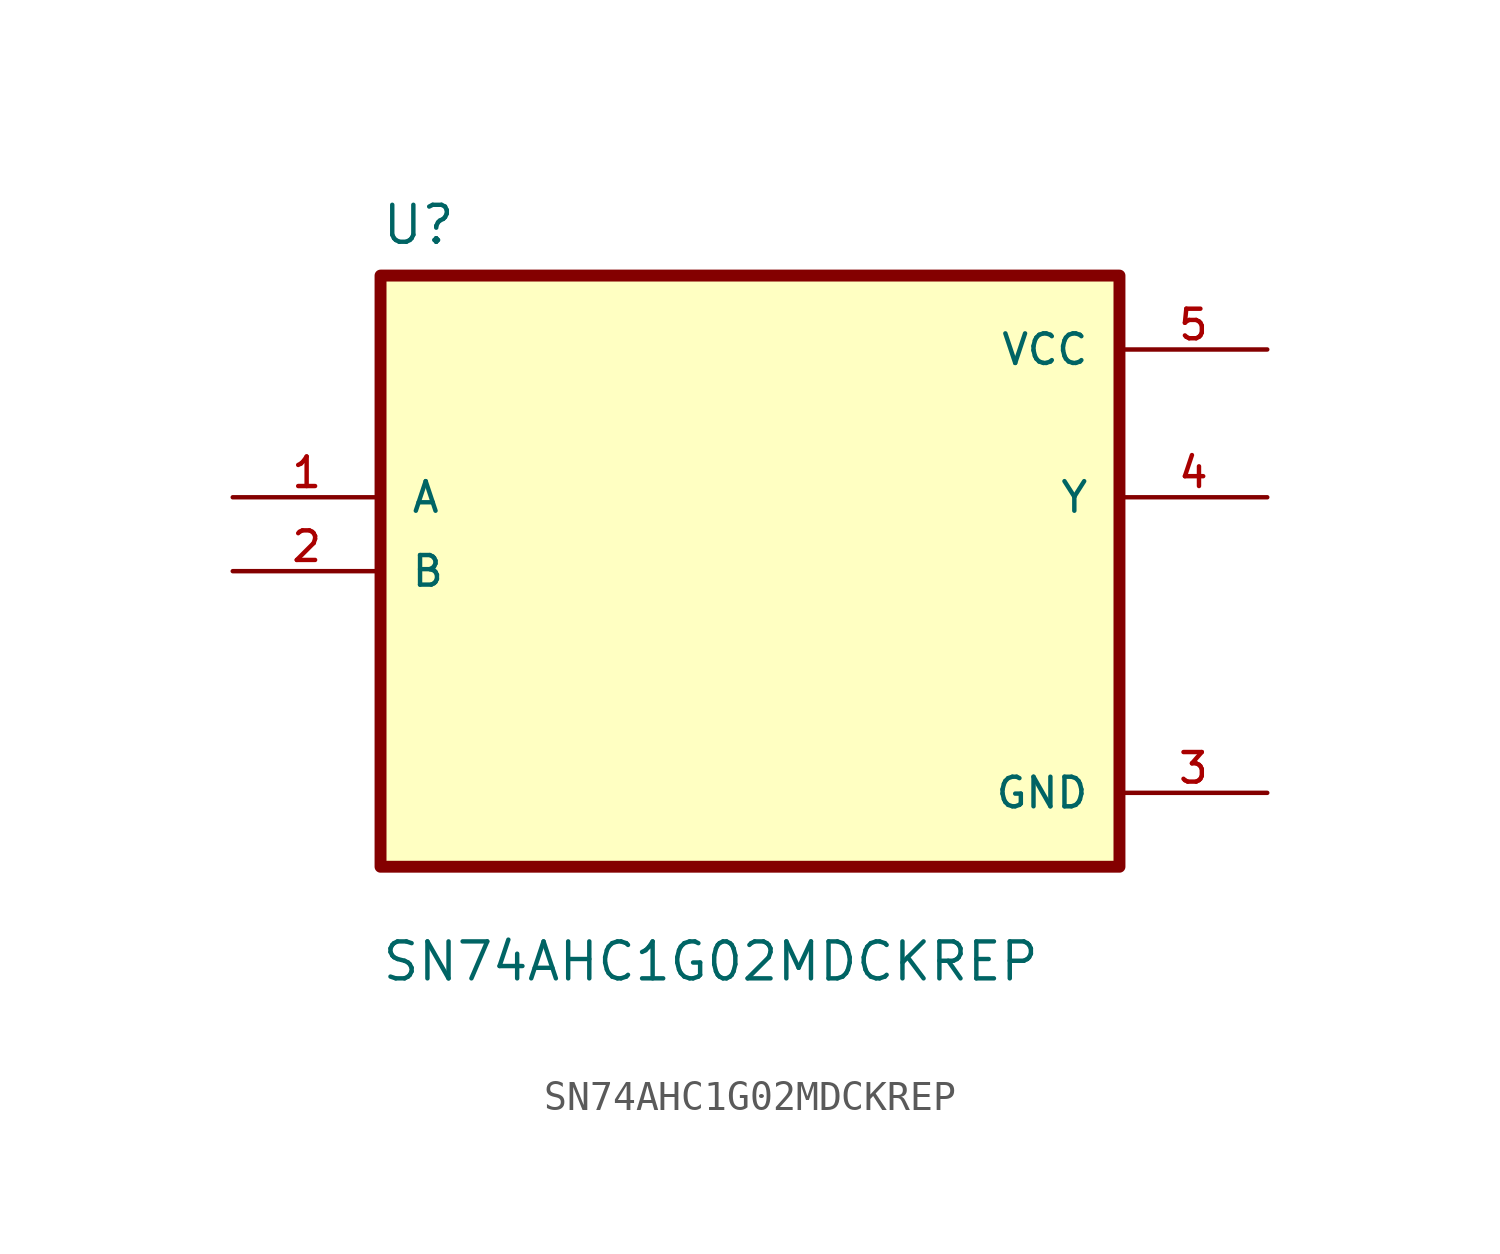
<source format=kicad_sym>
(kicad_symbol_lib
  (version 20211014)
  (generator kicad_symbol_editor)
  (symbol "SN74AHC1G02MDCKREP"
    (pin_names
      (offset 1.016))
    (property "Reference" "U"
      (at -12.7 11.16 0.0)
      (effects (font (size 1.27 1.27)) (justify bottom left)))
    (property "Value" "SN74AHC1G02MDCKREP"
      (at -12.7 -14.16 0.0)
      (effects (font (size 1.27 1.27)) (justify bottom left)))
    (symbol "SN74AHC1G02MDCKREP_0_0"
      (rectangle (start -12.7 -10.16) (end 12.7 10.16) (stroke (width 0.41)) (fill (type background)))
      (pin input line (at -17.78 2.54 0) (length 5.08) (name "A" (effects (font (size 1.016 1.016)))) (number "1" (effects (font (size 1.016 1.016)))))
      (pin input line (at -17.78 0.0 0) (length 5.08) (name "B" (effects (font (size 1.016 1.016)))) (number "2" (effects (font (size 1.016 1.016)))))
      (pin power_in line (at 17.78 7.62 180.0) (length 5.08) (name "VCC" (effects (font (size 1.016 1.016)))) (number "5" (effects (font (size 1.016 1.016)))))
      (pin output line (at 17.78 2.54 180.0) (length 5.08) (name "Y" (effects (font (size 1.016 1.016)))) (number "4" (effects (font (size 1.016 1.016)))))
      (pin power_in line (at 17.78 -7.62 180.0) (length 5.08) (name "GND" (effects (font (size 1.016 1.016)))) (number "3" (effects (font (size 1.016 1.016))))))))
</source>
